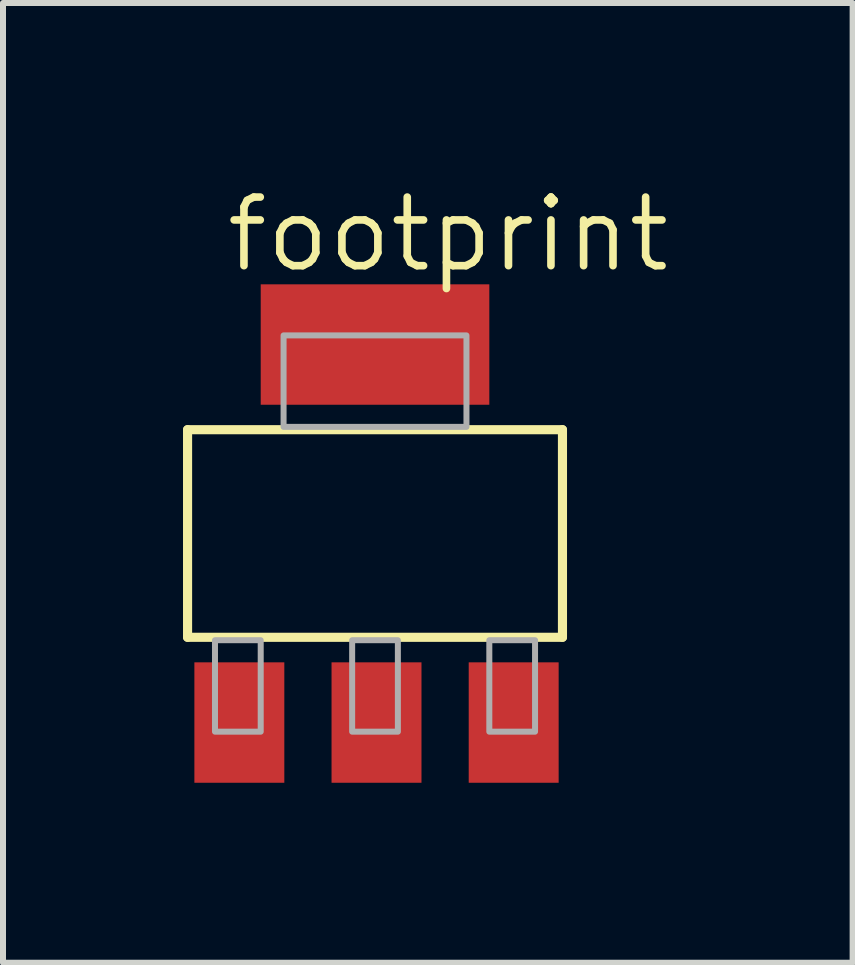
<source format=kicad_pcb>
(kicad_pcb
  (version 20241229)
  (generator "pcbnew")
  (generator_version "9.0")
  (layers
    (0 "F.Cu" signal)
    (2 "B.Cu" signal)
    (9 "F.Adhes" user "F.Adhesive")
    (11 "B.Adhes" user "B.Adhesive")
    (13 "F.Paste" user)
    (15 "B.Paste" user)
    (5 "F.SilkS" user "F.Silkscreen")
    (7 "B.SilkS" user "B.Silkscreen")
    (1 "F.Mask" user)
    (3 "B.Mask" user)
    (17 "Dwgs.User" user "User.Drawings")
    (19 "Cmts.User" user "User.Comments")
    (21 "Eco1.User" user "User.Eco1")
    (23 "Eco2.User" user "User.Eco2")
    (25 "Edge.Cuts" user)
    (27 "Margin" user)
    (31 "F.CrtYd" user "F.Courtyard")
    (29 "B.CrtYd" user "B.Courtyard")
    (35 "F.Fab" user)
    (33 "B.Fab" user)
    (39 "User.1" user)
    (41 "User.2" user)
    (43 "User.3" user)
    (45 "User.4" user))
  (footprint "footprint"
    (layer "F.Cu")
    (at 3.2 5.842)
    (property "Reference" "footprint" (at -2.54 -4.318 0) (layer "F.SilkS") (effects (font (size 1.143 1.143) (thickness 0.127)) (justify left bottom)))
    (fp_line (start -3.124 -1.731) (end -3.124 1.729) (stroke (width 0.152) (type solid)) (layer "F.SilkS"))
    (fp_line (start -3.124 -1.731) (end 3.124 -1.731) (stroke (width 0.152) (type solid)) (layer "F.SilkS"))
    (fp_line (start 3.124 1.729) (end -3.124 1.729) (stroke (width 0.152) (type solid)) (layer "F.SilkS"))
    (fp_line (start 3.124 1.729) (end 3.124 -1.731) (stroke (width 0.152) (type solid)) (layer "F.SilkS"))
    (fp_poly (pts (xy -2.667 3.302) (xy -1.905 3.302) (xy -1.905 1.778) (xy -2.667 1.778)) (stroke (width 0.1) (type solid)) (fill no) (layer "F.Fab"))
    (fp_poly (pts (xy -1.524 -1.778) (xy 1.524 -1.778) (xy 1.524 -3.302) (xy -1.524 -3.302)) (stroke (width 0.1) (type solid)) (fill no) (layer "F.Fab"))
    (fp_poly (pts (xy -0.381 3.302) (xy 0.381 3.302) (xy 0.381 1.778) (xy -0.381 1.778)) (stroke (width 0.1) (type solid)) (fill no) (layer "F.Fab"))
    (fp_poly (pts (xy 1.905 3.302) (xy 2.667 3.302) (xy 2.667 1.778) (xy 1.905 1.778)) (stroke (width 0.1) (type solid)) (fill no) (layer "F.Fab"))
    (pad "1" smd rect (at -2.261 3.15) (size 1.499 2.007) (layers "F.Cu" "F.Mask" "F.Paste"))
    (pad "2" smd rect (at 0.025 3.15) (size 1.499 2.007) (layers "F.Cu" "F.Mask" "F.Paste"))
    (pad "3" smd rect (at 2.311 3.15) (size 1.499 2.007) (layers "F.Cu" "F.Mask" "F.Paste"))
    (pad "4" smd rect (at 0 -3.15) (size 3.81 2.007) (layers "F.Cu" "F.Mask" "F.Paste")))
  (gr_rect
    (start -3 -3)
    (end 11.16 12.995)
    (stroke (width 0.1) (type default))
    (fill no)
    (layer "Edge.Cuts")))
</source>
